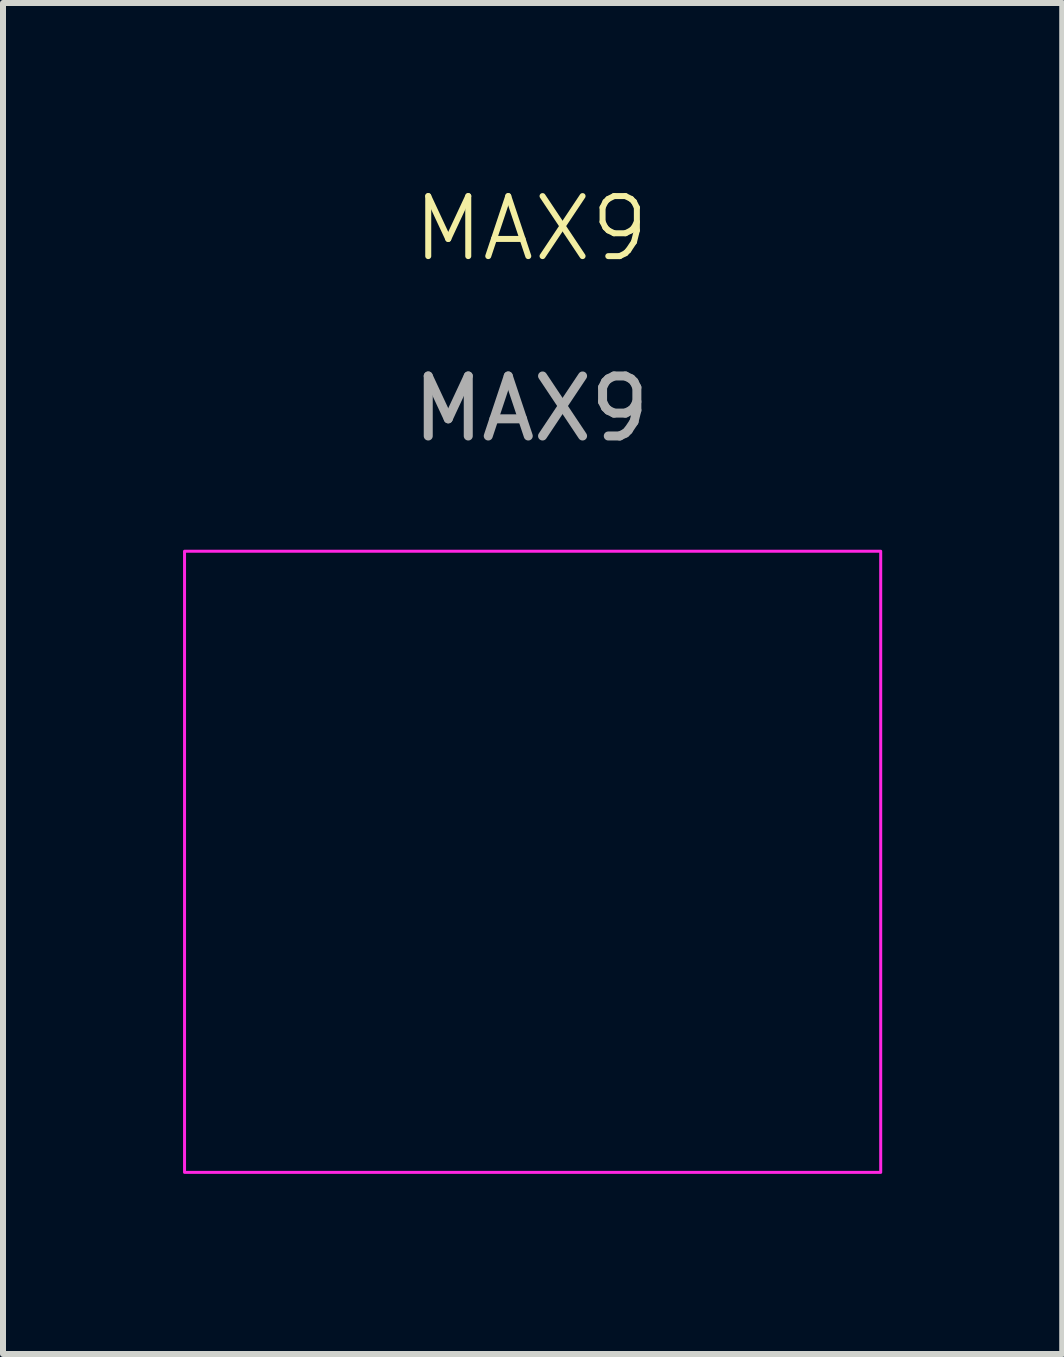
<source format=kicad_pcb>
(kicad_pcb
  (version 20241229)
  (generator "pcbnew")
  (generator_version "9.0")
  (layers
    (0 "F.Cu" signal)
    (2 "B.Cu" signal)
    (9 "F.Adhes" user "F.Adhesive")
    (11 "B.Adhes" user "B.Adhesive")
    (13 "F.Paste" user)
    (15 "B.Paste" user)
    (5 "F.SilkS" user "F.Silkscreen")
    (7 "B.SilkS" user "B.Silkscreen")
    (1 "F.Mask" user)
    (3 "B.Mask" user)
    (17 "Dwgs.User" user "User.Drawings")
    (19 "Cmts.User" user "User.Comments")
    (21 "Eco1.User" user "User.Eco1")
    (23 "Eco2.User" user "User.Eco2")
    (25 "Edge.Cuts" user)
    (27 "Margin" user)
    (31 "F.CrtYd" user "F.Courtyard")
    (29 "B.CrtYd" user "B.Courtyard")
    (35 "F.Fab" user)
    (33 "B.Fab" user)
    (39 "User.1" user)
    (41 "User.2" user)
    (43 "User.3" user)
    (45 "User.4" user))
  (footprint "MAX9"
    (layer "F.Cu")
    (at 5.8 1.26)
    (property "Reference" "MAX9" (at 0 -0.5 0) (unlocked yes) (layer "F.SilkS") (effects (font (size 1 1) (thickness 0.1))))
    (attr smd)
    (fp_rect (start -5.775 4.875) (end 5.825 15.225) (stroke (width 0.05) (type default)) (fill no) (layer "F.CrtYd"))
    (fp_text user "${REFERENCE}" (at 0 2.5 0) (unlocked yes) (layer "F.Fab") (effects (font (size 1 1) (thickness 0.15)))))
  (gr_rect
    (start -3 -3)
    (end 14.65 19.511)
    (stroke (width 0.1) (type default))
    (fill no)
    (layer "Edge.Cuts")))
</source>
